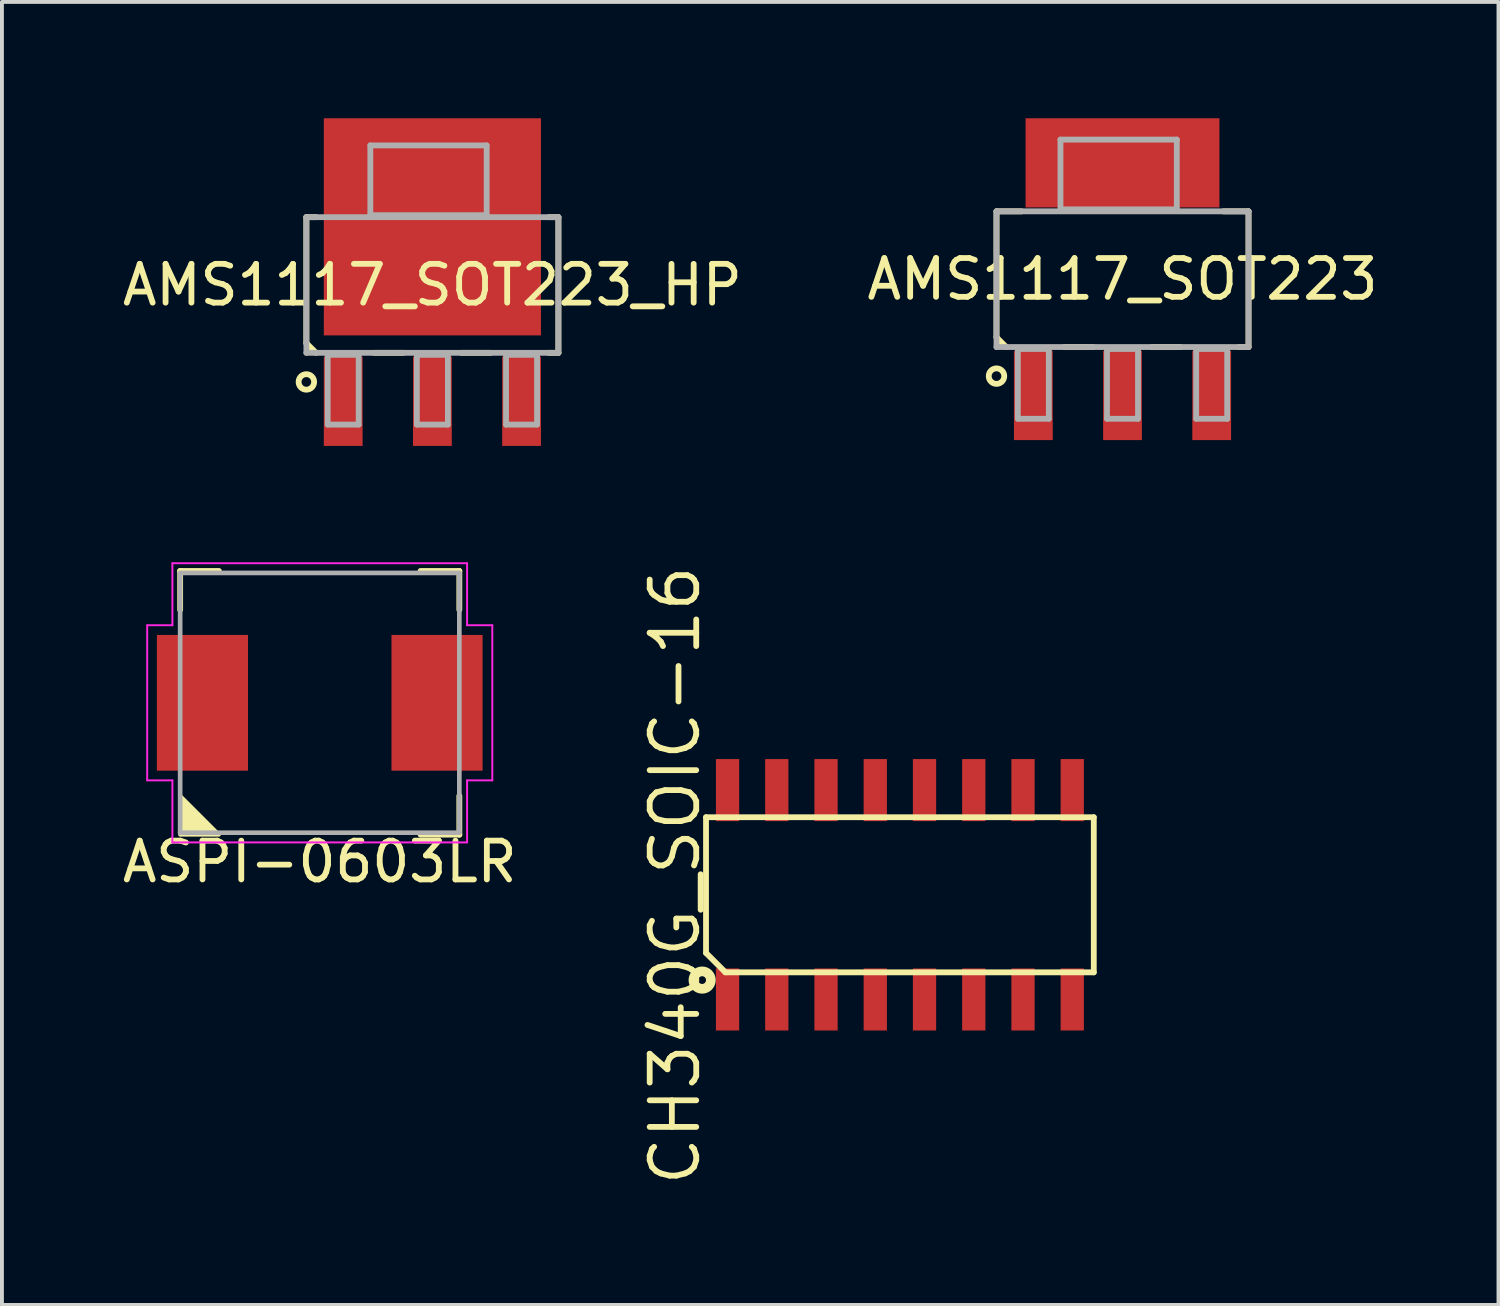
<source format=kicad_pcb>
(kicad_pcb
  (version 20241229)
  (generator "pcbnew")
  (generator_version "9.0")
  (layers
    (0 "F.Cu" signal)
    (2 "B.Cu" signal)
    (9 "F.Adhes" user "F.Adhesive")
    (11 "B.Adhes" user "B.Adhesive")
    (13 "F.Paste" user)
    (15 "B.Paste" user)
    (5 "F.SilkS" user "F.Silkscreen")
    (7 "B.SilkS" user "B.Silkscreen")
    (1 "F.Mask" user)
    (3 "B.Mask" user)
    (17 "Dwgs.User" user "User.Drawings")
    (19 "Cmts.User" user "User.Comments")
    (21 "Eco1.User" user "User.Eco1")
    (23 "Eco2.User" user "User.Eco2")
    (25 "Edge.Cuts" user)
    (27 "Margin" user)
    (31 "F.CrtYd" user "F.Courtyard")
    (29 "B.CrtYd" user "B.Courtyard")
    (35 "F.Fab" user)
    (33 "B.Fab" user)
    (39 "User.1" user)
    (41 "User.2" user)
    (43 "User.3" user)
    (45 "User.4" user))
  (footprint "AMS1117_SOT223_HP"
    (layer "F.Cu")
    (at 8.101 4.3)
    (property "Reference" "AMS1117_SOT223_HP" (at 0 0 0) (layer "F.SilkS") (effects (font (size 1 1) (thickness 0.15))))
    (attr through_hole)
    (fp_line (start -3.25 -1.75) (end -3.25 1.5) (stroke (width 0.15) (type solid)) (layer "F.SilkS"))
    (fp_line (start -3.25 1.5) (end -3 1.75) (stroke (width 0.15) (type solid)) (layer "F.SilkS"))
    (fp_line (start -3 -1.75) (end -3.25 -1.75) (stroke (width 0.15) (type solid)) (layer "F.SilkS"))
    (fp_line (start -1.5 1.75) (end -0.75 1.75) (stroke (width 0.15) (type solid)) (layer "F.SilkS"))
    (fp_line (start 0.75 1.75) (end 1.5 1.75) (stroke (width 0.15) (type solid)) (layer "F.SilkS"))
    (fp_line (start 3 1.75) (end 3.25 1.75) (stroke (width 0.15) (type solid)) (layer "F.SilkS"))
    (fp_line (start 3.25 -1.75) (end 3 -1.75) (stroke (width 0.15) (type solid)) (layer "F.SilkS"))
    (fp_line (start 3.25 1.75) (end 3.25 -1.75) (stroke (width 0.15) (type solid)) (layer "F.SilkS"))
    (fp_circle (center -3.25 2.5) (end -3.05 2.5) (stroke (width 0.15) (type solid)) (fill no) (layer "F.SilkS"))
    (fp_line (start -3.25 -1.75) (end -3.25 1.75) (stroke (width 0.15) (type solid)) (layer "F.Fab"))
    (fp_line (start -3.25 1.75) (end 3.25 1.75) (stroke (width 0.15) (type solid)) (layer "F.Fab"))
    (fp_line (start -2.7 1.8) (end -1.9 1.8) (stroke (width 0.15) (type solid)) (layer "F.Fab"))
    (fp_line (start -2.7 3.6) (end -2.7 1.8) (stroke (width 0.15) (type solid)) (layer "F.Fab"))
    (fp_line (start -1.9 1.8) (end -1.9 3.6) (stroke (width 0.15) (type solid)) (layer "F.Fab"))
    (fp_line (start -1.9 3.6) (end -2.7 3.6) (stroke (width 0.15) (type solid)) (layer "F.Fab"))
    (fp_line (start -1.6 -3.6) (end -1.6 -1.8) (stroke (width 0.15) (type solid)) (layer "F.Fab"))
    (fp_line (start -1.6 -1.8) (end 1.4 -1.8) (stroke (width 0.15) (type solid)) (layer "F.Fab"))
    (fp_line (start -0.4 1.8) (end 0.4 1.8) (stroke (width 0.15) (type solid)) (layer "F.Fab"))
    (fp_line (start -0.4 3.6) (end -0.4 1.8) (stroke (width 0.15) (type solid)) (layer "F.Fab"))
    (fp_line (start 0.4 1.8) (end 0.4 3.6) (stroke (width 0.15) (type solid)) (layer "F.Fab"))
    (fp_line (start 0.4 3.6) (end -0.4 3.6) (stroke (width 0.15) (type solid)) (layer "F.Fab"))
    (fp_line (start 1.4 -3.6) (end -1.6 -3.6) (stroke (width 0.15) (type solid)) (layer "F.Fab"))
    (fp_line (start 1.4 -1.8) (end 1.4 -3.6) (stroke (width 0.15) (type solid)) (layer "F.Fab"))
    (fp_line (start 1.9 1.8) (end 2.7 1.8) (stroke (width 0.15) (type solid)) (layer "F.Fab"))
    (fp_line (start 1.9 3.6) (end 1.9 1.8) (stroke (width 0.15) (type solid)) (layer "F.Fab"))
    (fp_line (start 2.7 1.8) (end 2.7 3.6) (stroke (width 0.15) (type solid)) (layer "F.Fab"))
    (fp_line (start 2.7 3.6) (end 1.9 3.6) (stroke (width 0.15) (type solid)) (layer "F.Fab"))
    (fp_line (start 3.25 -1.75) (end -3.25 -1.75) (stroke (width 0.15) (type solid)) (layer "F.Fab"))
    (fp_line (start 3.25 1.75) (end 3.25 -1.75) (stroke (width 0.15) (type solid)) (layer "F.Fab"))
    (pad "1" smd rect (at -2.3 3) (size 1 2.3) (layers "F.Cu" "F.Mask" "F.Paste"))
    (pad "2" smd rect (at 0 3) (size 1 2.3) (layers "F.Cu" "F.Mask" "F.Paste"))
    (pad "3" smd rect (at 2.3 3) (size 1 2.3) (layers "F.Cu" "F.Mask" "F.Paste"))
    (pad "4" smd rect (at 0 -1.5) (size 5.6 5.6) (layers "F.Cu" "F.Mask" "F.Paste")))
  (footprint "AMS1117_SOT223"
    (layer "F.Cu")
    (at 25.899 4.15)
    (property "Reference" "AMS1117_SOT223" (at 0 0 0) (layer "F.SilkS") (effects (font (size 1 1) (thickness 0.15))))
    (attr through_hole)
    (fp_line (start -3.25 -1.75) (end -3.25 1.5) (stroke (width 0.15) (type solid)) (layer "F.SilkS"))
    (fp_line (start -3.25 1.5) (end -3 1.75) (stroke (width 0.15) (type solid)) (layer "F.SilkS"))
    (fp_line (start -2.6 -1.75) (end -3.25 -1.75) (stroke (width 0.15) (type solid)) (layer "F.SilkS"))
    (fp_line (start -1.5 1.75) (end -0.75 1.75) (stroke (width 0.15) (type solid)) (layer "F.SilkS"))
    (fp_line (start 0.75 1.75) (end 1.5 1.75) (stroke (width 0.15) (type solid)) (layer "F.SilkS"))
    (fp_line (start 3 1.75) (end 3.25 1.75) (stroke (width 0.15) (type solid)) (layer "F.SilkS"))
    (fp_line (start 3.25 -1.75) (end 2.6 -1.75) (stroke (width 0.15) (type solid)) (layer "F.SilkS"))
    (fp_line (start 3.25 1.75) (end 3.25 -1.75) (stroke (width 0.15) (type solid)) (layer "F.SilkS"))
    (fp_circle (center -3.25 2.5) (end -3.05 2.5) (stroke (width 0.15) (type solid)) (fill no) (layer "F.SilkS"))
    (fp_line (start -3.25 -1.75) (end -3.25 1.75) (stroke (width 0.15) (type solid)) (layer "F.Fab"))
    (fp_line (start -3.25 1.75) (end 3.25 1.75) (stroke (width 0.15) (type solid)) (layer "F.Fab"))
    (fp_line (start -2.7 1.8) (end -1.9 1.8) (stroke (width 0.15) (type solid)) (layer "F.Fab"))
    (fp_line (start -2.7 3.6) (end -2.7 1.8) (stroke (width 0.15) (type solid)) (layer "F.Fab"))
    (fp_line (start -1.9 1.8) (end -1.9 3.6) (stroke (width 0.15) (type solid)) (layer "F.Fab"))
    (fp_line (start -1.9 3.6) (end -2.7 3.6) (stroke (width 0.15) (type solid)) (layer "F.Fab"))
    (fp_line (start -1.6 -3.6) (end -1.6 -1.8) (stroke (width 0.15) (type solid)) (layer "F.Fab"))
    (fp_line (start -1.6 -1.8) (end 1.4 -1.8) (stroke (width 0.15) (type solid)) (layer "F.Fab"))
    (fp_line (start -0.4 1.8) (end 0.4 1.8) (stroke (width 0.15) (type solid)) (layer "F.Fab"))
    (fp_line (start -0.4 3.6) (end -0.4 1.8) (stroke (width 0.15) (type solid)) (layer "F.Fab"))
    (fp_line (start 0.4 1.8) (end 0.4 3.6) (stroke (width 0.15) (type solid)) (layer "F.Fab"))
    (fp_line (start 0.4 3.6) (end -0.4 3.6) (stroke (width 0.15) (type solid)) (layer "F.Fab"))
    (fp_line (start 1.4 -3.6) (end -1.6 -3.6) (stroke (width 0.15) (type solid)) (layer "F.Fab"))
    (fp_line (start 1.4 -1.8) (end 1.4 -3.6) (stroke (width 0.15) (type solid)) (layer "F.Fab"))
    (fp_line (start 1.9 1.8) (end 2.7 1.8) (stroke (width 0.15) (type solid)) (layer "F.Fab"))
    (fp_line (start 1.9 3.6) (end 1.9 1.8) (stroke (width 0.15) (type solid)) (layer "F.Fab"))
    (fp_line (start 2.7 1.8) (end 2.7 3.6) (stroke (width 0.15) (type solid)) (layer "F.Fab"))
    (fp_line (start 2.7 3.6) (end 1.9 3.6) (stroke (width 0.15) (type solid)) (layer "F.Fab"))
    (fp_line (start 3.25 -1.75) (end -3.25 -1.75) (stroke (width 0.15) (type solid)) (layer "F.Fab"))
    (fp_line (start 3.25 1.75) (end 3.25 -1.75) (stroke (width 0.15) (type solid)) (layer "F.Fab"))
    (pad "1" smd rect (at -2.3 3) (size 1 2.3) (layers "F.Cu" "F.Mask" "F.Paste"))
    (pad "2" smd rect (at 0 3) (size 1 2.3) (layers "F.Cu" "F.Mask" "F.Paste"))
    (pad "3" smd rect (at 2.3 3) (size 1 2.3) (layers "F.Cu" "F.Mask" "F.Paste"))
    (pad "4" smd rect (at 0 -3) (size 5 2.3) (layers "F.Cu" "F.Mask" "F.Paste")))
  (footprint "CH340G_SOIC-16"
    (layer "F.Cu")
    (at 20.158 20.026)
    (property "Reference" "CH340G_SOIC-16" (at -5.8 -0.5 270) (layer "F.SilkS") (effects (font (size 1.2 1.2) (thickness 0.15))))
    (attr through_hole)
    (fp_line (start -5 -2) (end -5 1.5) (stroke (width 0.15) (type solid)) (layer "F.SilkS"))
    (fp_line (start -5 1.5) (end -4.5 2) (stroke (width 0.15) (type solid)) (layer "F.SilkS"))
    (fp_line (start -4.5 2) (end 5 2) (stroke (width 0.15) (type solid)) (layer "F.SilkS"))
    (fp_line (start 5 -2) (end -5 -2) (stroke (width 0.15) (type solid)) (layer "F.SilkS"))
    (fp_line (start 5 2) (end 5 -2) (stroke (width 0.15) (type solid)) (layer "F.SilkS"))
    (fp_circle (center -5.1 2.2) (end -5 2.2) (stroke (width 0.25) (type solid)) (fill no) (layer "F.SilkS"))
    (pad "1" smd rect (at -4.445 2.7) (size 0.6 1.6) (layers "F.Cu" "F.Mask" "F.Paste"))
    (pad "2" smd rect (at -3.175 2.7) (size 0.6 1.6) (layers "F.Cu" "F.Mask" "F.Paste"))
    (pad "3" smd rect (at -1.905 2.7) (size 0.6 1.6) (layers "F.Cu" "F.Mask" "F.Paste"))
    (pad "4" smd rect (at -0.635 2.7) (size 0.6 1.6) (layers "F.Cu" "F.Mask" "F.Paste"))
    (pad "5" smd rect (at 0.635 2.7) (size 0.6 1.6) (layers "F.Cu" "F.Mask" "F.Paste"))
    (pad "6" smd rect (at 1.905 2.7) (size 0.6 1.6) (layers "F.Cu" "F.Mask" "F.Paste"))
    (pad "7" smd rect (at 3.175 2.7) (size 0.6 1.6) (layers "F.Cu" "F.Mask" "F.Paste"))
    (pad "8" smd rect (at 4.445 2.7) (size 0.6 1.6) (layers "F.Cu" "F.Mask" "F.Paste"))
    (pad "9" smd rect (at 4.445 -2.7) (size 0.6 1.6) (layers "F.Cu" "F.Mask" "F.Paste"))
    (pad "10" smd rect (at 3.175 -2.7) (size 0.6 1.6) (layers "F.Cu" "F.Mask" "F.Paste"))
    (pad "11" smd rect (at 1.905 -2.7) (size 0.6 1.6) (layers "F.Cu" "F.Mask" "F.Paste"))
    (pad "12" smd rect (at 0.635 -2.7) (size 0.6 1.6) (layers "F.Cu" "F.Mask" "F.Paste"))
    (pad "13" smd rect (at -0.635 -2.7) (size 0.6 1.6) (layers "F.Cu" "F.Mask" "F.Paste"))
    (pad "14" smd rect (at -1.905 -2.7) (size 0.6 1.6) (layers "F.Cu" "F.Mask" "F.Paste"))
    (pad "15" smd rect (at -3.175 -2.7) (size 0.6 1.6) (layers "F.Cu" "F.Mask" "F.Paste"))
    (pad "16" smd rect (at -4.445 -2.7) (size 0.6 1.6) (layers "F.Cu" "F.Mask" "F.Paste")))
  (footprint "ASPI-0603LR"
    (layer "F.Cu")
    (at 5.196 15.075)
    (property "Reference" "ASPI-0603LR" (at 0 4.1 0) (layer "F.SilkS") (effects (font (size 1 1) (thickness 0.15))))
    (attr smd)
    (fp_line (start -3.6 -3.4) (end -3.6 -2.4) (stroke (width 0.15) (type solid)) (layer "F.SilkS"))
    (fp_line (start -3.6 -3.4) (end -2.6 -3.4) (stroke (width 0.15) (type solid)) (layer "F.SilkS"))
    (fp_line (start 3.6 -3.4) (end 2.6 -3.4) (stroke (width 0.15) (type solid)) (layer "F.SilkS"))
    (fp_line (start 3.6 -3.4) (end 3.6 -2.4) (stroke (width 0.15) (type solid)) (layer "F.SilkS"))
    (fp_line (start 3.6 3.4) (end 2.6 3.4) (stroke (width 0.15) (type solid)) (layer "F.SilkS"))
    (fp_line (start 3.6 3.4) (end 3.6 2.4) (stroke (width 0.15) (type solid)) (layer "F.SilkS"))
    (fp_poly (pts (xy -2.6 3.4) (xy -3.6 3.4) (xy -3.6 2.4)) (stroke (width 0.1) (type solid)) (fill yes) (layer "F.SilkS"))
    (fp_line (start -4.45 -2) (end -3.8 -2) (stroke (width 0.05) (type solid)) (layer "F.CrtYd"))
    (fp_line (start -4.45 2) (end -4.45 -2) (stroke (width 0.05) (type solid)) (layer "F.CrtYd"))
    (fp_line (start -3.8 -3.6) (end 3.8 -3.6) (stroke (width 0.05) (type solid)) (layer "F.CrtYd"))
    (fp_line (start -3.8 -2) (end -3.8 -3.6) (stroke (width 0.05) (type solid)) (layer "F.CrtYd"))
    (fp_line (start -3.8 2) (end -4.45 2) (stroke (width 0.05) (type solid)) (layer "F.CrtYd"))
    (fp_line (start -3.8 2) (end -3.8 3.6) (stroke (width 0.05) (type solid)) (layer "F.CrtYd"))
    (fp_line (start -3.8 3.6) (end 3.8 3.6) (stroke (width 0.05) (type solid)) (layer "F.CrtYd"))
    (fp_line (start 3.8 -3.6) (end 3.8 -2) (stroke (width 0.05) (type solid)) (layer "F.CrtYd"))
    (fp_line (start 3.8 -2) (end 4.45 -2) (stroke (width 0.05) (type solid)) (layer "F.CrtYd"))
    (fp_line (start 3.8 3.6) (end 3.8 2) (stroke (width 0.05) (type solid)) (layer "F.CrtYd"))
    (fp_line (start 4.45 -2) (end 4.45 2) (stroke (width 0.05) (type solid)) (layer "F.CrtYd"))
    (fp_line (start 4.45 2) (end 3.8 2) (stroke (width 0.05) (type solid)) (layer "F.CrtYd"))
    (fp_line (start -3.6 -3.35) (end -3.6 3.35) (stroke (width 0.12) (type solid)) (layer "F.Fab"))
    (fp_line (start -3.6 3.35) (end 3.6 3.35) (stroke (width 0.12) (type solid)) (layer "F.Fab"))
    (fp_line (start 3.6 -3.35) (end -3.6 -3.35) (stroke (width 0.12) (type solid)) (layer "F.Fab"))
    (fp_line (start 3.6 3.35) (end 3.6 -3.35) (stroke (width 0.12) (type solid)) (layer "F.Fab"))
    (pad "1" smd rect (at -3.025 0) (size 2.35 3.5) (layers "F.Cu" "F.Mask" "F.Paste"))
    (pad "2" smd rect (at 3.025 0) (size 2.35 3.5) (layers "F.Cu" "F.Mask" "F.Paste")))
  (gr_rect
    (start -3 -3)
    (end 35.595 30.603)
    (stroke (width 0.1) (type default))
    (fill no)
    (layer "Edge.Cuts")))
</source>
